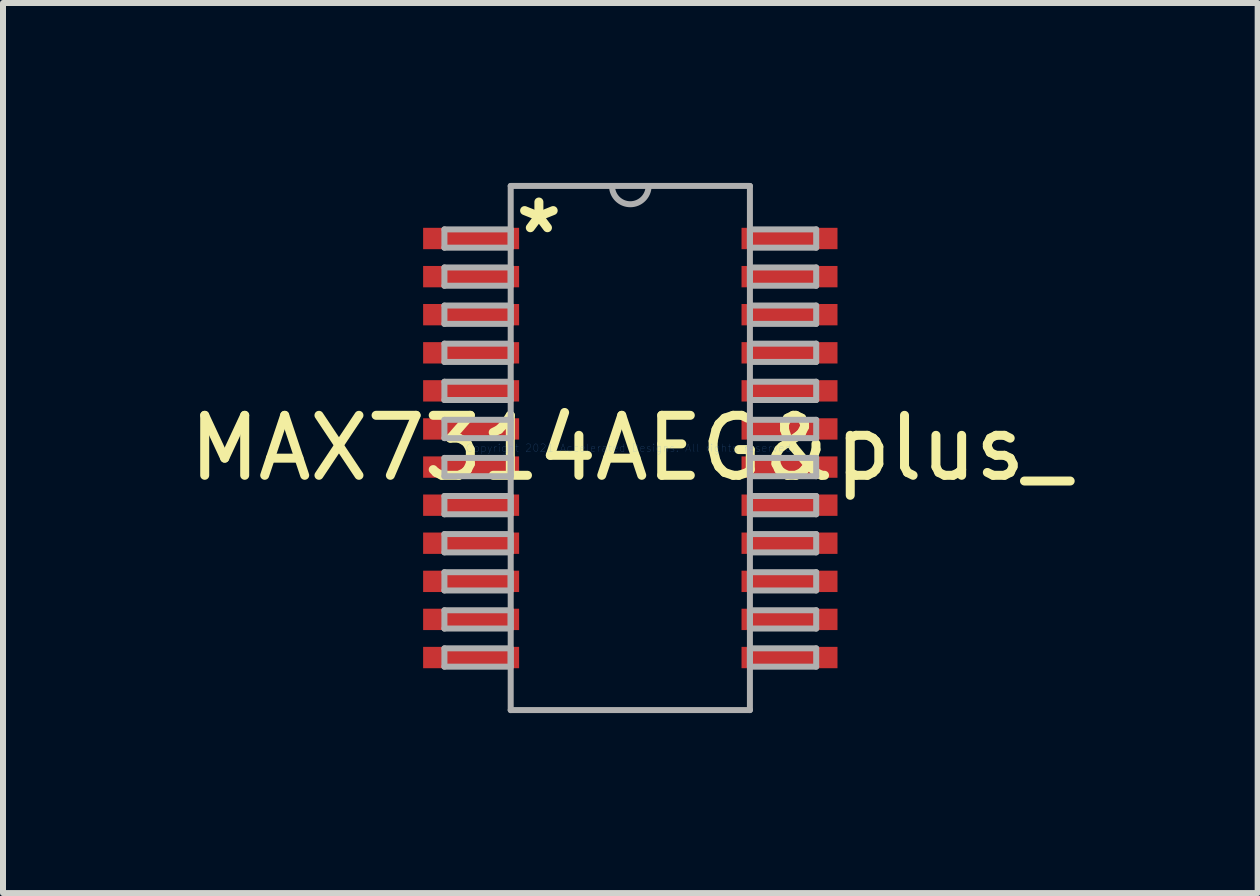
<source format=kicad_pcb>
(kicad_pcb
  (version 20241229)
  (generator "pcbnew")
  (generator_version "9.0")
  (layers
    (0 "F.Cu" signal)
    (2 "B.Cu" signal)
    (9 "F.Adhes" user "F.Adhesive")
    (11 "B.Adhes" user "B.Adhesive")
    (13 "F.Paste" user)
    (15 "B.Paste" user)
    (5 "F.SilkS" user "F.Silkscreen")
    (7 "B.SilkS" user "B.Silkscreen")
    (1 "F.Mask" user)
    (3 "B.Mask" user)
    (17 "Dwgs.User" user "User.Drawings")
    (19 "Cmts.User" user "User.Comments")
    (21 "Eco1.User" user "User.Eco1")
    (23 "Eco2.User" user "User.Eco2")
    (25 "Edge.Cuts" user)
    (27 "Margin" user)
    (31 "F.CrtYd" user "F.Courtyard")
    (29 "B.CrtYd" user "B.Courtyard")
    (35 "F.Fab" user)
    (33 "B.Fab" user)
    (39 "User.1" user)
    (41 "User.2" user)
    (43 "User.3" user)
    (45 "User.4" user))
  (footprint "MAX7314AEG&plus_"
    (layer "F.Cu")
    (at 7.458 4.419)
    (property "Reference" "MAX7314AEG&plus_" (at 0 0 0) (layer "F.SilkS") (effects (font (size 1 1) (thickness 0.15))))
    (attr through_hole)
    (fp_line (start -3.099 -3.645) (end -3.099 -3.34) (stroke (width 0.1) (type solid)) (layer "F.Fab"))
    (fp_line (start -3.099 -3.34) (end -1.994 -3.34) (stroke (width 0.1) (type solid)) (layer "F.Fab"))
    (fp_line (start -3.099 -3.01) (end -3.099 -2.705) (stroke (width 0.1) (type solid)) (layer "F.Fab"))
    (fp_line (start -3.099 -2.705) (end -1.994 -2.705) (stroke (width 0.1) (type solid)) (layer "F.Fab"))
    (fp_line (start -3.099 -2.375) (end -3.099 -2.07) (stroke (width 0.1) (type solid)) (layer "F.Fab"))
    (fp_line (start -3.099 -2.07) (end -1.994 -2.07) (stroke (width 0.1) (type solid)) (layer "F.Fab"))
    (fp_line (start -3.099 -1.74) (end -3.099 -1.435) (stroke (width 0.1) (type solid)) (layer "F.Fab"))
    (fp_line (start -3.099 -1.435) (end -1.994 -1.435) (stroke (width 0.1) (type solid)) (layer "F.Fab"))
    (fp_line (start -3.099 -1.105) (end -3.099 -0.8) (stroke (width 0.1) (type solid)) (layer "F.Fab"))
    (fp_line (start -3.099 -0.8) (end -1.994 -0.8) (stroke (width 0.1) (type solid)) (layer "F.Fab"))
    (fp_line (start -3.099 -0.47) (end -3.099 -0.165) (stroke (width 0.1) (type solid)) (layer "F.Fab"))
    (fp_line (start -3.099 -0.165) (end -1.994 -0.165) (stroke (width 0.1) (type solid)) (layer "F.Fab"))
    (fp_line (start -3.099 0.165) (end -3.099 0.47) (stroke (width 0.1) (type solid)) (layer "F.Fab"))
    (fp_line (start -3.099 0.47) (end -1.994 0.47) (stroke (width 0.1) (type solid)) (layer "F.Fab"))
    (fp_line (start -3.099 0.8) (end -3.099 1.105) (stroke (width 0.1) (type solid)) (layer "F.Fab"))
    (fp_line (start -3.099 1.105) (end -1.994 1.105) (stroke (width 0.1) (type solid)) (layer "F.Fab"))
    (fp_line (start -3.099 1.435) (end -3.099 1.74) (stroke (width 0.1) (type solid)) (layer "F.Fab"))
    (fp_line (start -3.099 1.74) (end -1.994 1.74) (stroke (width 0.1) (type solid)) (layer "F.Fab"))
    (fp_line (start -3.099 2.07) (end -3.099 2.375) (stroke (width 0.1) (type solid)) (layer "F.Fab"))
    (fp_line (start -3.099 2.375) (end -1.994 2.375) (stroke (width 0.1) (type solid)) (layer "F.Fab"))
    (fp_line (start -3.099 2.705) (end -3.099 3.01) (stroke (width 0.1) (type solid)) (layer "F.Fab"))
    (fp_line (start -3.099 3.01) (end -1.994 3.01) (stroke (width 0.1) (type solid)) (layer "F.Fab"))
    (fp_line (start -3.099 3.34) (end -3.099 3.645) (stroke (width 0.1) (type solid)) (layer "F.Fab"))
    (fp_line (start -3.099 3.645) (end -1.994 3.645) (stroke (width 0.1) (type solid)) (layer "F.Fab"))
    (fp_line (start -1.994 -4.369) (end -1.994 4.369) (stroke (width 0.1) (type solid)) (layer "F.Fab"))
    (fp_line (start -1.994 -3.645) (end -3.099 -3.645) (stroke (width 0.1) (type solid)) (layer "F.Fab"))
    (fp_line (start -1.994 -3.34) (end -1.994 -3.645) (stroke (width 0.1) (type solid)) (layer "F.Fab"))
    (fp_line (start -1.994 -3.01) (end -3.099 -3.01) (stroke (width 0.1) (type solid)) (layer "F.Fab"))
    (fp_line (start -1.994 -2.705) (end -1.994 -3.01) (stroke (width 0.1) (type solid)) (layer "F.Fab"))
    (fp_line (start -1.994 -2.375) (end -3.099 -2.375) (stroke (width 0.1) (type solid)) (layer "F.Fab"))
    (fp_line (start -1.994 -2.07) (end -1.994 -2.375) (stroke (width 0.1) (type solid)) (layer "F.Fab"))
    (fp_line (start -1.994 -1.74) (end -3.099 -1.74) (stroke (width 0.1) (type solid)) (layer "F.Fab"))
    (fp_line (start -1.994 -1.435) (end -1.994 -1.74) (stroke (width 0.1) (type solid)) (layer "F.Fab"))
    (fp_line (start -1.994 -1.105) (end -3.099 -1.105) (stroke (width 0.1) (type solid)) (layer "F.Fab"))
    (fp_line (start -1.994 -0.8) (end -1.994 -1.105) (stroke (width 0.1) (type solid)) (layer "F.Fab"))
    (fp_line (start -1.994 -0.47) (end -3.099 -0.47) (stroke (width 0.1) (type solid)) (layer "F.Fab"))
    (fp_line (start -1.994 -0.165) (end -1.994 -0.47) (stroke (width 0.1) (type solid)) (layer "F.Fab"))
    (fp_line (start -1.994 0.165) (end -3.099 0.165) (stroke (width 0.1) (type solid)) (layer "F.Fab"))
    (fp_line (start -1.994 0.47) (end -1.994 0.165) (stroke (width 0.1) (type solid)) (layer "F.Fab"))
    (fp_line (start -1.994 0.8) (end -3.099 0.8) (stroke (width 0.1) (type solid)) (layer "F.Fab"))
    (fp_line (start -1.994 1.105) (end -1.994 0.8) (stroke (width 0.1) (type solid)) (layer "F.Fab"))
    (fp_line (start -1.994 1.435) (end -3.099 1.435) (stroke (width 0.1) (type solid)) (layer "F.Fab"))
    (fp_line (start -1.994 1.74) (end -1.994 1.435) (stroke (width 0.1) (type solid)) (layer "F.Fab"))
    (fp_line (start -1.994 2.07) (end -3.099 2.07) (stroke (width 0.1) (type solid)) (layer "F.Fab"))
    (fp_line (start -1.994 2.375) (end -1.994 2.07) (stroke (width 0.1) (type solid)) (layer "F.Fab"))
    (fp_line (start -1.994 2.705) (end -3.099 2.705) (stroke (width 0.1) (type solid)) (layer "F.Fab"))
    (fp_line (start -1.994 3.01) (end -1.994 2.705) (stroke (width 0.1) (type solid)) (layer "F.Fab"))
    (fp_line (start -1.994 3.34) (end -3.099 3.34) (stroke (width 0.1) (type solid)) (layer "F.Fab"))
    (fp_line (start -1.994 3.645) (end -1.994 3.34) (stroke (width 0.1) (type solid)) (layer "F.Fab"))
    (fp_line (start -1.994 4.369) (end 1.994 4.369) (stroke (width 0.1) (type solid)) (layer "F.Fab"))
    (fp_line (start 1.994 -4.369) (end -1.994 -4.369) (stroke (width 0.1) (type solid)) (layer "F.Fab"))
    (fp_line (start 1.994 -3.645) (end 1.994 -3.34) (stroke (width 0.1) (type solid)) (layer "F.Fab"))
    (fp_line (start 1.994 -3.34) (end 3.099 -3.34) (stroke (width 0.1) (type solid)) (layer "F.Fab"))
    (fp_line (start 1.994 -3.01) (end 1.994 -2.705) (stroke (width 0.1) (type solid)) (layer "F.Fab"))
    (fp_line (start 1.994 -2.705) (end 3.099 -2.705) (stroke (width 0.1) (type solid)) (layer "F.Fab"))
    (fp_line (start 1.994 -2.375) (end 1.994 -2.07) (stroke (width 0.1) (type solid)) (layer "F.Fab"))
    (fp_line (start 1.994 -2.07) (end 3.099 -2.07) (stroke (width 0.1) (type solid)) (layer "F.Fab"))
    (fp_line (start 1.994 -1.74) (end 1.994 -1.435) (stroke (width 0.1) (type solid)) (layer "F.Fab"))
    (fp_line (start 1.994 -1.435) (end 3.099 -1.435) (stroke (width 0.1) (type solid)) (layer "F.Fab"))
    (fp_line (start 1.994 -1.105) (end 1.994 -0.8) (stroke (width 0.1) (type solid)) (layer "F.Fab"))
    (fp_line (start 1.994 -0.8) (end 3.099 -0.8) (stroke (width 0.1) (type solid)) (layer "F.Fab"))
    (fp_line (start 1.994 -0.47) (end 1.994 -0.165) (stroke (width 0.1) (type solid)) (layer "F.Fab"))
    (fp_line (start 1.994 -0.165) (end 3.099 -0.165) (stroke (width 0.1) (type solid)) (layer "F.Fab"))
    (fp_line (start 1.994 0.165) (end 1.994 0.47) (stroke (width 0.1) (type solid)) (layer "F.Fab"))
    (fp_line (start 1.994 0.47) (end 3.099 0.47) (stroke (width 0.1) (type solid)) (layer "F.Fab"))
    (fp_line (start 1.994 0.8) (end 1.994 1.105) (stroke (width 0.1) (type solid)) (layer "F.Fab"))
    (fp_line (start 1.994 1.105) (end 3.099 1.105) (stroke (width 0.1) (type solid)) (layer "F.Fab"))
    (fp_line (start 1.994 1.435) (end 1.994 1.74) (stroke (width 0.1) (type solid)) (layer "F.Fab"))
    (fp_line (start 1.994 1.74) (end 3.099 1.74) (stroke (width 0.1) (type solid)) (layer "F.Fab"))
    (fp_line (start 1.994 2.07) (end 1.994 2.375) (stroke (width 0.1) (type solid)) (layer "F.Fab"))
    (fp_line (start 1.994 2.375) (end 3.099 2.375) (stroke (width 0.1) (type solid)) (layer "F.Fab"))
    (fp_line (start 1.994 2.705) (end 1.994 3.01) (stroke (width 0.1) (type solid)) (layer "F.Fab"))
    (fp_line (start 1.994 3.01) (end 3.099 3.01) (stroke (width 0.1) (type solid)) (layer "F.Fab"))
    (fp_line (start 1.994 3.34) (end 1.994 3.645) (stroke (width 0.1) (type solid)) (layer "F.Fab"))
    (fp_line (start 1.994 3.645) (end 3.099 3.645) (stroke (width 0.1) (type solid)) (layer "F.Fab"))
    (fp_line (start 1.994 4.369) (end 1.994 -4.369) (stroke (width 0.1) (type solid)) (layer "F.Fab"))
    (fp_line (start 3.099 -3.645) (end 1.994 -3.645) (stroke (width 0.1) (type solid)) (layer "F.Fab"))
    (fp_line (start 3.099 -3.34) (end 3.099 -3.645) (stroke (width 0.1) (type solid)) (layer "F.Fab"))
    (fp_line (start 3.099 -3.01) (end 1.994 -3.01) (stroke (width 0.1) (type solid)) (layer "F.Fab"))
    (fp_line (start 3.099 -2.705) (end 3.099 -3.01) (stroke (width 0.1) (type solid)) (layer "F.Fab"))
    (fp_line (start 3.099 -2.375) (end 1.994 -2.375) (stroke (width 0.1) (type solid)) (layer "F.Fab"))
    (fp_line (start 3.099 -2.07) (end 3.099 -2.375) (stroke (width 0.1) (type solid)) (layer "F.Fab"))
    (fp_line (start 3.099 -1.74) (end 1.994 -1.74) (stroke (width 0.1) (type solid)) (layer "F.Fab"))
    (fp_line (start 3.099 -1.435) (end 3.099 -1.74) (stroke (width 0.1) (type solid)) (layer "F.Fab"))
    (fp_line (start 3.099 -1.105) (end 1.994 -1.105) (stroke (width 0.1) (type solid)) (layer "F.Fab"))
    (fp_line (start 3.099 -0.8) (end 3.099 -1.105) (stroke (width 0.1) (type solid)) (layer "F.Fab"))
    (fp_line (start 3.099 -0.47) (end 1.994 -0.47) (stroke (width 0.1) (type solid)) (layer "F.Fab"))
    (fp_line (start 3.099 -0.165) (end 3.099 -0.47) (stroke (width 0.1) (type solid)) (layer "F.Fab"))
    (fp_line (start 3.099 0.165) (end 1.994 0.165) (stroke (width 0.1) (type solid)) (layer "F.Fab"))
    (fp_line (start 3.099 0.47) (end 3.099 0.165) (stroke (width 0.1) (type solid)) (layer "F.Fab"))
    (fp_line (start 3.099 0.8) (end 1.994 0.8) (stroke (width 0.1) (type solid)) (layer "F.Fab"))
    (fp_line (start 3.099 1.105) (end 3.099 0.8) (stroke (width 0.1) (type solid)) (layer "F.Fab"))
    (fp_line (start 3.099 1.435) (end 1.994 1.435) (stroke (width 0.1) (type solid)) (layer "F.Fab"))
    (fp_line (start 3.099 1.74) (end 3.099 1.435) (stroke (width 0.1) (type solid)) (layer "F.Fab"))
    (fp_line (start 3.099 2.07) (end 1.994 2.07) (stroke (width 0.1) (type solid)) (layer "F.Fab"))
    (fp_line (start 3.099 2.375) (end 3.099 2.07) (stroke (width 0.1) (type solid)) (layer "F.Fab"))
    (fp_line (start 3.099 2.705) (end 1.994 2.705) (stroke (width 0.1) (type solid)) (layer "F.Fab"))
    (fp_line (start 3.099 3.01) (end 3.099 2.705) (stroke (width 0.1) (type solid)) (layer "F.Fab"))
    (fp_line (start 3.099 3.34) (end 1.994 3.34) (stroke (width 0.1) (type solid)) (layer "F.Fab"))
    (fp_line (start 3.099 3.645) (end 3.099 3.34) (stroke (width 0.1) (type solid)) (layer "F.Fab"))
    (fp_arc (start 0.3048 -4.3688) (mid 0 -4.064) (end -0.3048 -4.3688) (stroke (width 0.1) (type solid)) (layer "F.Fab"))
    (fp_text user "*" (at -1.524 -3.556 0) (layer "F.SilkS") (effects (font (size 1 1) (thickness 0.15))))
    (fp_text user "Copyright 2021 Accelerated Designs. All rights reserved." (at 0 0 0) (layer "Cmts.User") (effects (font (size 0.127 0.127) (thickness 0.002))))
    (pad "1" smd rect (at -2.654 -3.493) (size 1.6 0.356) (layers "F.Cu" "F.Mask" "F.Paste"))
    (pad "2" smd rect (at -2.654 -2.857) (size 1.6 0.356) (layers "F.Cu" "F.Mask" "F.Paste"))
    (pad "3" smd rect (at -2.654 -2.223) (size 1.6 0.356) (layers "F.Cu" "F.Mask" "F.Paste"))
    (pad "4" smd rect (at -2.654 -1.587) (size 1.6 0.356) (layers "F.Cu" "F.Mask" "F.Paste"))
    (pad "5" smd rect (at -2.654 -0.953) (size 1.6 0.356) (layers "F.Cu" "F.Mask" "F.Paste"))
    (pad "6" smd rect (at -2.654 -0.318) (size 1.6 0.356) (layers "F.Cu" "F.Mask" "F.Paste"))
    (pad "7" smd rect (at -2.654 0.318) (size 1.6 0.356) (layers "F.Cu" "F.Mask" "F.Paste"))
    (pad "8" smd rect (at -2.654 0.953) (size 1.6 0.356) (layers "F.Cu" "F.Mask" "F.Paste"))
    (pad "9" smd rect (at -2.654 1.587) (size 1.6 0.356) (layers "F.Cu" "F.Mask" "F.Paste"))
    (pad "10" smd rect (at -2.654 2.223) (size 1.6 0.356) (layers "F.Cu" "F.Mask" "F.Paste"))
    (pad "11" smd rect (at -2.654 2.857) (size 1.6 0.356) (layers "F.Cu" "F.Mask" "F.Paste"))
    (pad "12" smd rect (at -2.654 3.493) (size 1.6 0.356) (layers "F.Cu" "F.Mask" "F.Paste"))
    (pad "13" smd rect (at 2.654 3.493) (size 1.6 0.356) (layers "F.Cu" "F.Mask" "F.Paste"))
    (pad "14" smd rect (at 2.654 2.857) (size 1.6 0.356) (layers "F.Cu" "F.Mask" "F.Paste"))
    (pad "15" smd rect (at 2.654 2.223) (size 1.6 0.356) (layers "F.Cu" "F.Mask" "F.Paste"))
    (pad "16" smd rect (at 2.654 1.587) (size 1.6 0.356) (layers "F.Cu" "F.Mask" "F.Paste"))
    (pad "17" smd rect (at 2.654 0.953) (size 1.6 0.356) (layers "F.Cu" "F.Mask" "F.Paste"))
    (pad "18" smd rect (at 2.654 0.318) (size 1.6 0.356) (layers "F.Cu" "F.Mask" "F.Paste"))
    (pad "19" smd rect (at 2.654 -0.318) (size 1.6 0.356) (layers "F.Cu" "F.Mask" "F.Paste"))
    (pad "20" smd rect (at 2.654 -0.953) (size 1.6 0.356) (layers "F.Cu" "F.Mask" "F.Paste"))
    (pad "21" smd rect (at 2.654 -1.587) (size 1.6 0.356) (layers "F.Cu" "F.Mask" "F.Paste"))
    (pad "22" smd rect (at 2.654 -2.223) (size 1.6 0.356) (layers "F.Cu" "F.Mask" "F.Paste"))
    (pad "23" smd rect (at 2.654 -2.857) (size 1.6 0.356) (layers "F.Cu" "F.Mask" "F.Paste"))
    (pad "24" smd rect (at 2.654 -3.493) (size 1.6 0.356) (layers "F.Cu" "F.Mask" "F.Paste")))
  (gr_rect
    (start -3 -3)
    (end 17.917 11.838)
    (stroke (width 0.1) (type default))
    (fill no)
    (layer "Edge.Cuts")))
</source>
